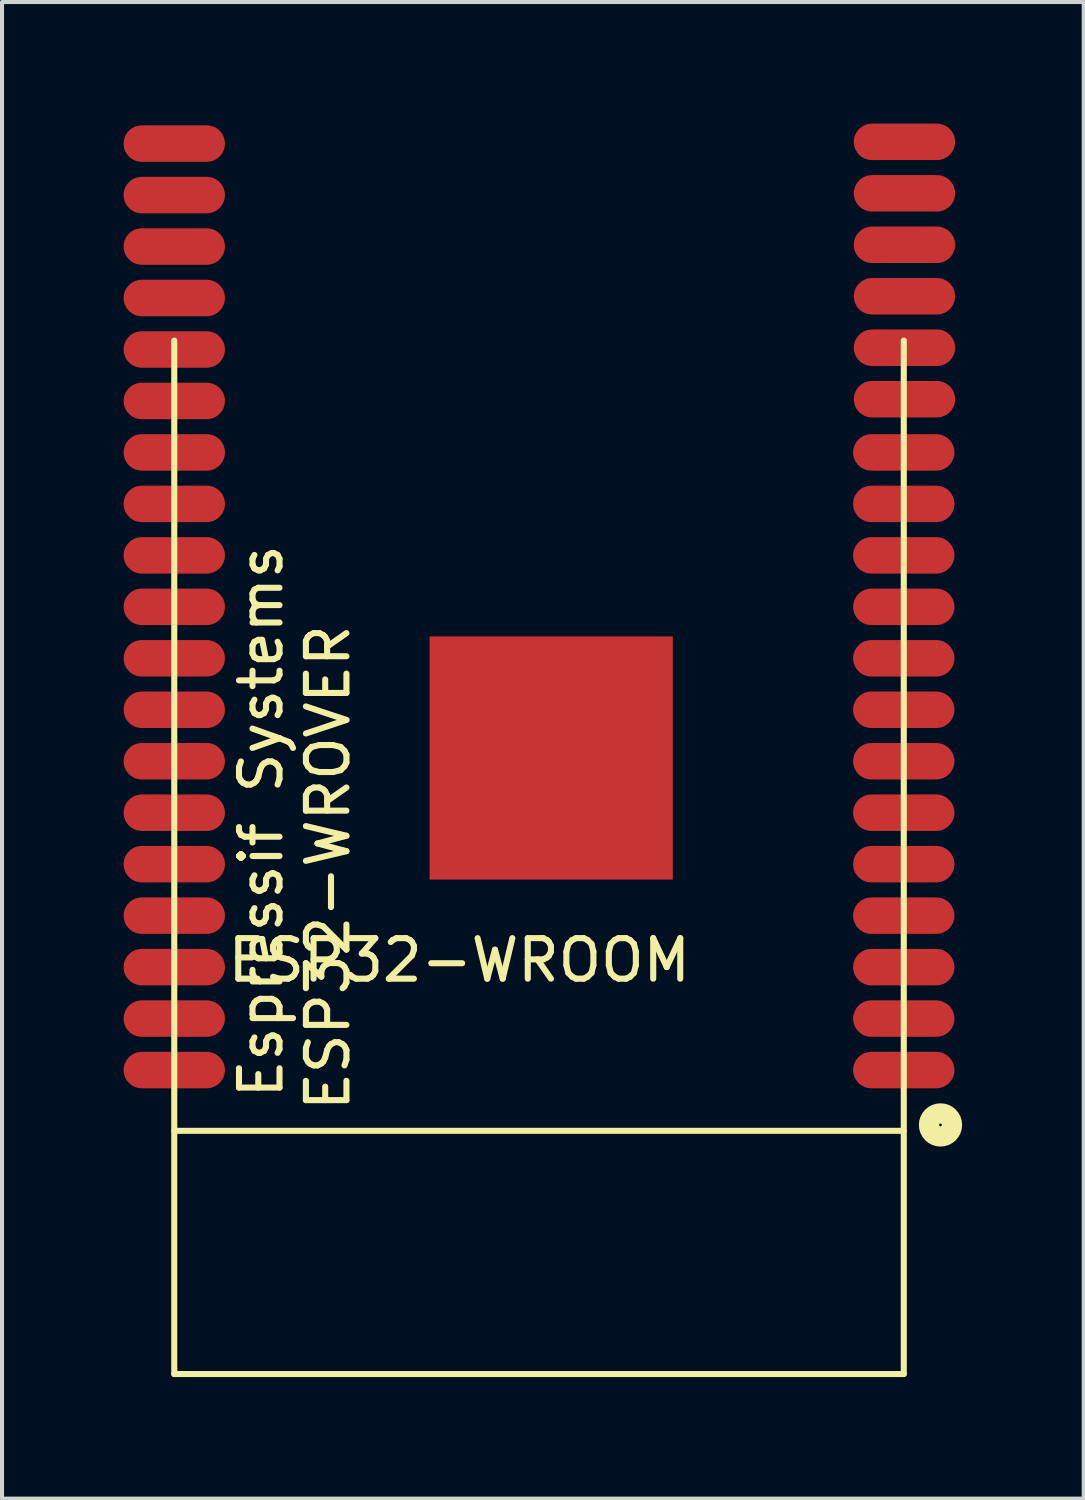
<source format=kicad_pcb>
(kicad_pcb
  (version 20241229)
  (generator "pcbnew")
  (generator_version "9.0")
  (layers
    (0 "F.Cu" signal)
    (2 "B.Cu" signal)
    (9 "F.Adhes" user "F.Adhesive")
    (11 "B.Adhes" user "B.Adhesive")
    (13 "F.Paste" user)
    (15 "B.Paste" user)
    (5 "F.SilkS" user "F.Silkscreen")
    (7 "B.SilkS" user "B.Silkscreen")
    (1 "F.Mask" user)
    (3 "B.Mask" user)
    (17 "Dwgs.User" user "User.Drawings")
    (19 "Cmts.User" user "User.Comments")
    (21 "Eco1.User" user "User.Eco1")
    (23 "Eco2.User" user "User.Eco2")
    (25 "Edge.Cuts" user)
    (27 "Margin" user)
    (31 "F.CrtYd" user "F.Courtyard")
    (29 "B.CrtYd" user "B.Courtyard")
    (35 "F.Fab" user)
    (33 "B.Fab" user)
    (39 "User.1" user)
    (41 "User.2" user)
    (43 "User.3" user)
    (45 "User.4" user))
  (footprint "ESP32-WROOM"
    (layer "F.Cu")
    (at 10.25 18.103)
    (property "Reference" "ESP32-WROOM" (at -1.968 2.54 0) (layer "F.SilkS") (effects (font (size 1 1) (thickness 0.15))))
    (attr through_hole)
    (fp_line (start -9 6.75) (end 9 6.75) (stroke (width 0.15) (type solid)) (layer "F.SilkS"))
    (fp_line (start -9 12.75) (end -9 -12.75) (stroke (width 0.15) (type solid)) (layer "F.SilkS"))
    (fp_line (start -9 12.75) (end 9 12.75) (stroke (width 0.15) (type solid)) (layer "F.SilkS"))
    (fp_line (start 9 12.75) (end 9 -12.75) (stroke (width 0.15) (type solid)) (layer "F.SilkS"))
    (fp_circle (center 9.906 6.604) (end 10.033 6.858) (stroke (width 0.5) (type solid)) (fill no) (layer "F.SilkS"))
    (fp_text user "ESP32-WROVER" (at -5.207 0.254 90) (layer "F.SilkS") (effects (font (size 1 1) (thickness 0.15))))
    (fp_text user "Espressif Systems" (at -6.858 -0.889 90) (layer "F.SilkS") (effects (font (size 1 1) (thickness 0.15))))
    (pad "1" smd oval (at 9 5.25) (size 2.5 0.9) (layers "F.Cu" "F.Mask" "F.Paste"))
    (pad "2" smd oval (at 9 3.98) (size 2.5 0.9) (layers "F.Cu" "F.Mask" "F.Paste"))
    (pad "3" smd oval (at 9 2.71) (size 2.5 0.9) (layers "F.Cu" "F.Mask" "F.Paste"))
    (pad "4" smd oval (at 9 1.44) (size 2.5 0.9) (layers "F.Cu" "F.Mask" "F.Paste"))
    (pad "5" smd oval (at 9 0.17) (size 2.5 0.9) (layers "F.Cu" "F.Mask" "F.Paste"))
    (pad "6" smd oval (at 9 -1.1) (size 2.5 0.9) (layers "F.Cu" "F.Mask" "F.Paste"))
    (pad "7" smd oval (at 9 -2.37) (size 2.5 0.9) (layers "F.Cu" "F.Mask" "F.Paste"))
    (pad "8" smd oval (at 9 -3.64) (size 2.5 0.9) (layers "F.Cu" "F.Mask" "F.Paste"))
    (pad "9" smd oval (at 9 -4.91) (size 2.5 0.9) (layers "F.Cu" "F.Mask" "F.Paste"))
    (pad "10" smd oval (at 9 -6.18) (size 2.5 0.9) (layers "F.Cu" "F.Mask" "F.Paste"))
    (pad "11" smd oval (at 9 -7.45) (size 2.5 0.9) (layers "F.Cu" "F.Mask" "F.Paste"))
    (pad "12" smd oval (at 9 -8.72) (size 2.5 0.9) (layers "F.Cu" "F.Mask" "F.Paste"))
    (pad "13" smd oval (at 9 -9.99) (size 2.5 0.9) (layers "F.Cu" "F.Mask" "F.Paste"))
    (pad "14" smd oval (at 9.017 -11.303) (size 2.5 0.9) (layers "F.Cu" "F.Mask" "F.Paste"))
    (pad "15" smd oval (at 9.017 -12.573) (size 2.5 0.9) (layers "F.Cu" "F.Mask" "F.Paste"))
    (pad "16" smd oval (at 9.017 -13.843) (size 2.5 0.9) (layers "F.Cu" "F.Mask" "F.Paste"))
    (pad "17" smd oval (at 9.017 -15.113) (size 2.5 0.9) (layers "F.Cu" "F.Mask" "F.Paste"))
    (pad "18" smd oval (at 9.017 -16.383) (size 2.5 0.9) (layers "F.Cu" "F.Mask" "F.Paste"))
    (pad "19" smd oval (at 9.017 -17.653) (size 2.5 0.9) (layers "F.Cu" "F.Mask" "F.Paste"))
    (pad "20" smd oval (at -9 -17.61) (size 2.5 0.9) (layers "F.Cu" "F.Mask" "F.Paste"))
    (pad "21" smd oval (at -9 -16.34) (size 2.5 0.9) (layers "F.Cu" "F.Mask" "F.Paste"))
    (pad "22" smd oval (at -9 -15.07) (size 2.5 0.9) (layers "F.Cu" "F.Mask" "F.Paste"))
    (pad "23" smd oval (at -9 -13.8) (size 2.5 0.9) (layers "F.Cu" "F.Mask" "F.Paste"))
    (pad "24" smd oval (at -9 -12.53) (size 2.5 0.9) (layers "F.Cu" "F.Mask" "F.Paste"))
    (pad "25" smd oval (at -9 -11.26) (size 2.5 0.9) (layers "F.Cu" "F.Mask" "F.Paste"))
    (pad "26" smd oval (at -9 -9.99) (size 2.5 0.9) (layers "F.Cu" "F.Mask" "F.Paste"))
    (pad "27" smd oval (at -9 -8.72) (size 2.5 0.9) (layers "F.Cu" "F.Mask" "F.Paste"))
    (pad "28" smd oval (at -9 -7.45) (size 2.5 0.9) (layers "F.Cu" "F.Mask" "F.Paste"))
    (pad "29" smd oval (at -9 -6.18) (size 2.5 0.9) (layers "F.Cu" "F.Mask" "F.Paste"))
    (pad "30" smd oval (at -9 -4.91) (size 2.5 0.9) (layers "F.Cu" "F.Mask" "F.Paste"))
    (pad "31" smd oval (at -9 -3.64) (size 2.5 0.9) (layers "F.Cu" "F.Mask" "F.Paste"))
    (pad "32" smd oval (at -9 -2.37) (size 2.5 0.9) (layers "F.Cu" "F.Mask" "F.Paste"))
    (pad "33" smd oval (at -9 -1.1) (size 2.5 0.9) (layers "F.Cu" "F.Mask" "F.Paste"))
    (pad "34" smd oval (at -9 0.17) (size 2.5 0.9) (layers "F.Cu" "F.Mask" "F.Paste"))
    (pad "35" smd oval (at -9 1.44) (size 2.5 0.9) (layers "F.Cu" "F.Mask" "F.Paste"))
    (pad "36" smd oval (at -9 2.71) (size 2.5 0.9) (layers "F.Cu" "F.Mask" "F.Paste"))
    (pad "37" smd oval (at -9 3.98) (size 2.5 0.9) (layers "F.Cu" "F.Mask" "F.Paste"))
    (pad "38" smd oval (at -9 5.25) (size 2.5 0.9) (layers "F.Cu" "F.Mask" "F.Paste"))
    (pad "39" smd rect (at 0.3 -2.45) (size 6 6) (layers "F.Cu" "F.Mask" "F.Paste")))
  (gr_rect
    (start -3 -3)
    (end 23.69 33.928)
    (stroke (width 0.1) (type default))
    (fill no)
    (layer "Edge.Cuts")))
</source>
